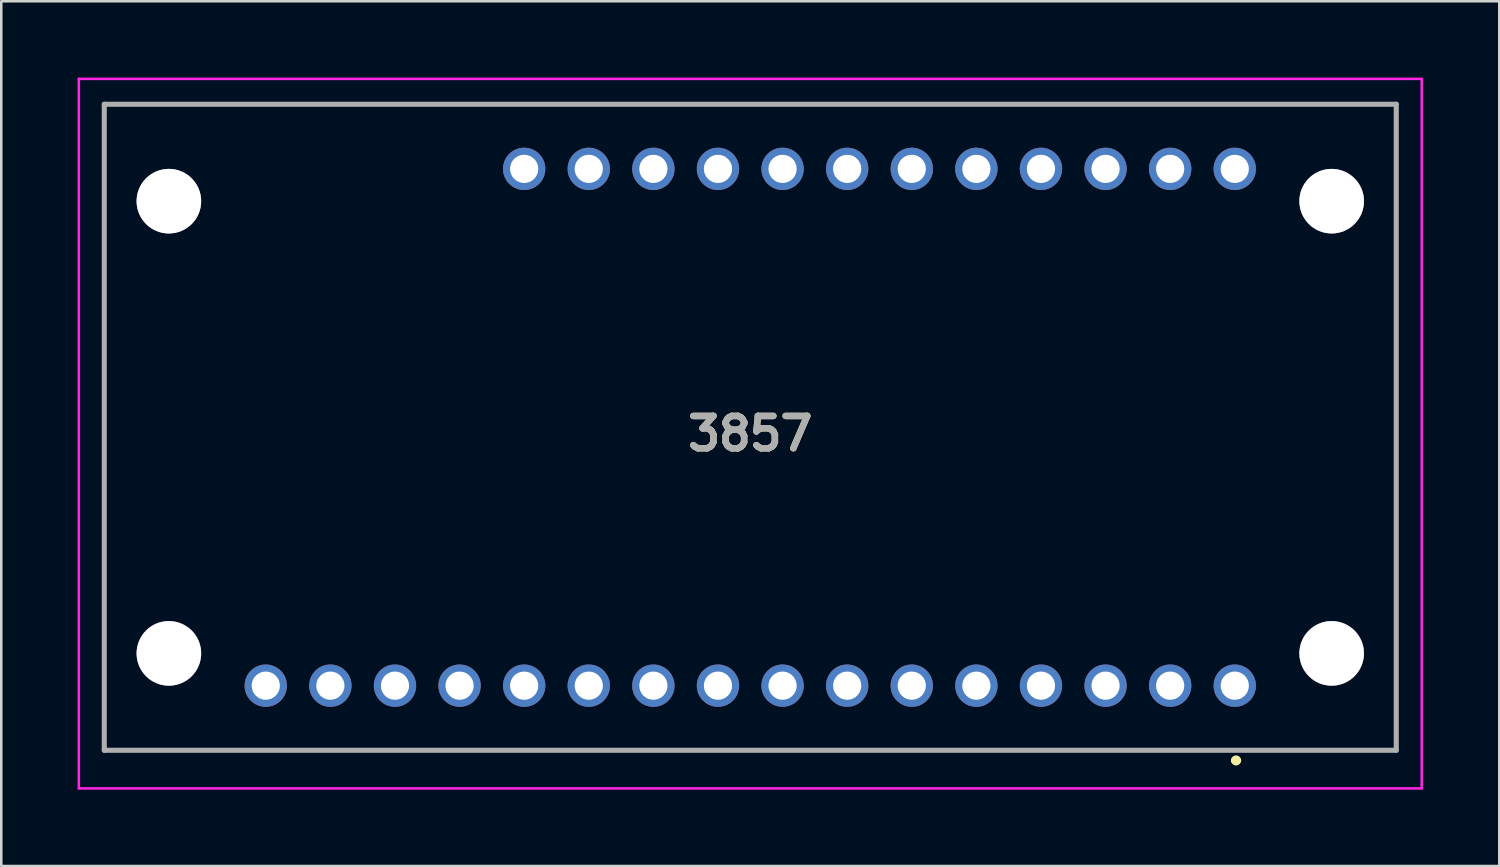
<source format=kicad_pcb>
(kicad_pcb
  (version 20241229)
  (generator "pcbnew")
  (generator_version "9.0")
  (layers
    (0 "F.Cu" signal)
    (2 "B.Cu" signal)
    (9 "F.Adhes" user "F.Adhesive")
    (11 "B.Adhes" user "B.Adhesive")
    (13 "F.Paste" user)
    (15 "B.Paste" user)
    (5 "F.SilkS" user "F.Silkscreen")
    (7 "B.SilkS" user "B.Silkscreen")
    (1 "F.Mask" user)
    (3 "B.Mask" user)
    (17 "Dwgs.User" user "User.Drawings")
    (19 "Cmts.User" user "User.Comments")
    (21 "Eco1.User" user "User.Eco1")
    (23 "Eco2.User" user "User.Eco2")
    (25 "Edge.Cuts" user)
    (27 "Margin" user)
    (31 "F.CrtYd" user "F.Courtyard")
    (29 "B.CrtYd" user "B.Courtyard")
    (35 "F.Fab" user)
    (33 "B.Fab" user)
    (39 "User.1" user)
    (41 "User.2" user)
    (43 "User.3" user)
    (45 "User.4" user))
  (footprint "3857"
    (layer "F.Cu")
    (at 26.45 14)
    (property "Reference" "3857" (at 0 0 0) (layer "F.SilkS") (effects (font (size 1.27 1.27) (thickness 0.254))))
    (attr through_hole)
    (fp_line (start -25.4 -12.95) (end 25.4 -12.95) (stroke (width 0.1) (type solid)) (layer "F.SilkS"))
    (fp_line (start -25.4 12.45) (end -25.4 -12.95) (stroke (width 0.1) (type solid)) (layer "F.SilkS"))
    (fp_line (start 19 12.85) (end 19 12.85) (stroke (width 0.2) (type solid)) (layer "F.SilkS"))
    (fp_line (start 19.2 12.85) (end 19.2 12.85) (stroke (width 0.2) (type solid)) (layer "F.SilkS"))
    (fp_line (start 25.4 -12.95) (end 25.4 12.45) (stroke (width 0.1) (type solid)) (layer "F.SilkS"))
    (fp_line (start 25.4 12.45) (end -25.4 12.45) (stroke (width 0.1) (type solid)) (layer "F.SilkS"))
    (fp_arc (start 19 12.85) (mid 19.1 12.75) (end 19.2 12.85) (stroke (width 0.2) (type solid)) (layer "F.SilkS"))
    (fp_arc (start 19.2 12.85) (mid 19.1 12.95) (end 19 12.85) (stroke (width 0.2) (type solid)) (layer "F.SilkS"))
    (fp_line (start -26.4 -13.95) (end 26.4 -13.95) (stroke (width 0.1) (type solid)) (layer "F.CrtYd"))
    (fp_line (start -26.4 13.95) (end -26.4 -13.95) (stroke (width 0.1) (type solid)) (layer "F.CrtYd"))
    (fp_line (start 26.4 -13.95) (end 26.4 13.95) (stroke (width 0.1) (type solid)) (layer "F.CrtYd"))
    (fp_line (start 26.4 13.95) (end -26.4 13.95) (stroke (width 0.1) (type solid)) (layer "F.CrtYd"))
    (fp_line (start -25.4 -12.95) (end 25.4 -12.95) (stroke (width 0.2) (type solid)) (layer "F.Fab"))
    (fp_line (start -25.4 12.45) (end -25.4 -12.95) (stroke (width 0.2) (type solid)) (layer "F.Fab"))
    (fp_line (start 25.4 -12.95) (end 25.4 12.45) (stroke (width 0.2) (type solid)) (layer "F.Fab"))
    (fp_line (start 25.4 12.45) (end -25.4 12.45) (stroke (width 0.2) (type solid)) (layer "F.Fab"))
    (fp_text user "${REFERENCE}" (at 0 0 0) (layer "F.Fab") (effects (font (size 1.27 1.27) (thickness 0.254))))
    (pad "1" thru_hole circle (at 19.05 9.91) (size 1.665 1.665) (drill 1.11) (layers "*.Cu" "*.Mask"))
    (pad "2" thru_hole circle (at 16.51 9.91) (size 1.665 1.665) (drill 1.11) (layers "*.Cu" "*.Mask"))
    (pad "3" thru_hole circle (at 13.97 9.91) (size 1.665 1.665) (drill 1.11) (layers "*.Cu" "*.Mask"))
    (pad "4" thru_hole circle (at 11.43 9.91) (size 1.665 1.665) (drill 1.11) (layers "*.Cu" "*.Mask"))
    (pad "5" thru_hole circle (at 8.89 9.91) (size 1.665 1.665) (drill 1.11) (layers "*.Cu" "*.Mask"))
    (pad "6" thru_hole circle (at 6.35 9.91) (size 1.665 1.665) (drill 1.11) (layers "*.Cu" "*.Mask"))
    (pad "7" thru_hole circle (at 3.81 9.91) (size 1.665 1.665) (drill 1.11) (layers "*.Cu" "*.Mask"))
    (pad "8" thru_hole circle (at 1.27 9.91) (size 1.665 1.665) (drill 1.11) (layers "*.Cu" "*.Mask"))
    (pad "9" thru_hole circle (at -1.27 9.91) (size 1.665 1.665) (drill 1.11) (layers "*.Cu" "*.Mask"))
    (pad "10" thru_hole circle (at -3.81 9.91) (size 1.665 1.665) (drill 1.11) (layers "*.Cu" "*.Mask"))
    (pad "11" thru_hole circle (at -6.35 9.91) (size 1.665 1.665) (drill 1.11) (layers "*.Cu" "*.Mask"))
    (pad "12" thru_hole circle (at -8.89 9.91) (size 1.665 1.665) (drill 1.11) (layers "*.Cu" "*.Mask"))
    (pad "13" thru_hole circle (at -11.43 9.91) (size 1.665 1.665) (drill 1.11) (layers "*.Cu" "*.Mask"))
    (pad "14" thru_hole circle (at -13.97 9.91) (size 1.665 1.665) (drill 1.11) (layers "*.Cu" "*.Mask"))
    (pad "15" thru_hole circle (at -16.51 9.91) (size 1.665 1.665) (drill 1.11) (layers "*.Cu" "*.Mask"))
    (pad "16" thru_hole circle (at -19.05 9.91) (size 1.665 1.665) (drill 1.11) (layers "*.Cu" "*.Mask"))
    (pad "17" thru_hole circle (at -8.89 -10.41) (size 1.665 1.665) (drill 1.11) (layers "*.Cu" "*.Mask"))
    (pad "18" thru_hole circle (at -6.35 -10.41) (size 1.665 1.665) (drill 1.11) (layers "*.Cu" "*.Mask"))
    (pad "19" thru_hole circle (at -3.81 -10.41) (size 1.665 1.665) (drill 1.11) (layers "*.Cu" "*.Mask"))
    (pad "20" thru_hole circle (at -1.27 -10.41) (size 1.665 1.665) (drill 1.11) (layers "*.Cu" "*.Mask"))
    (pad "21" thru_hole circle (at 1.27 -10.41) (size 1.665 1.665) (drill 1.11) (layers "*.Cu" "*.Mask"))
    (pad "22" thru_hole circle (at 3.81 -10.41) (size 1.665 1.665) (drill 1.11) (layers "*.Cu" "*.Mask"))
    (pad "23" thru_hole circle (at 6.35 -10.41) (size 1.665 1.665) (drill 1.11) (layers "*.Cu" "*.Mask"))
    (pad "24" thru_hole circle (at 8.89 -10.41) (size 1.665 1.665) (drill 1.11) (layers "*.Cu" "*.Mask"))
    (pad "25" thru_hole circle (at 11.43 -10.41) (size 1.665 1.665) (drill 1.11) (layers "*.Cu" "*.Mask"))
    (pad "26" thru_hole circle (at 13.97 -10.41) (size 1.665 1.665) (drill 1.11) (layers "*.Cu" "*.Mask"))
    (pad "27" thru_hole circle (at 16.51 -10.41) (size 1.665 1.665) (drill 1.11) (layers "*.Cu" "*.Mask"))
    (pad "28" thru_hole circle (at 19.05 -10.41) (size 1.665 1.665) (drill 1.11) (layers "*.Cu" "*.Mask"))
    (pad "MH1" thru_hole circle (at -22.86 -9.14) (size 2.54 2.54) (drill 2.54) (layers "*.Cu" "*.Mask"))
    (pad "MH2" thru_hole circle (at -22.86 8.64) (size 2.54 2.54) (drill 2.54) (layers "*.Cu" "*.Mask"))
    (pad "MH3" thru_hole circle (at 22.86 -9.14) (size 2.54 2.54) (drill 2.54) (layers "*.Cu" "*.Mask"))
    (pad "MH4" thru_hole circle (at 22.86 8.64) (size 2.54 2.54) (drill 2.54) (layers "*.Cu" "*.Mask")))
  (gr_rect
    (start -3 -3)
    (end 55.9 31)
    (stroke (width 0.1) (type default))
    (fill no)
    (layer "Edge.Cuts")))
</source>
